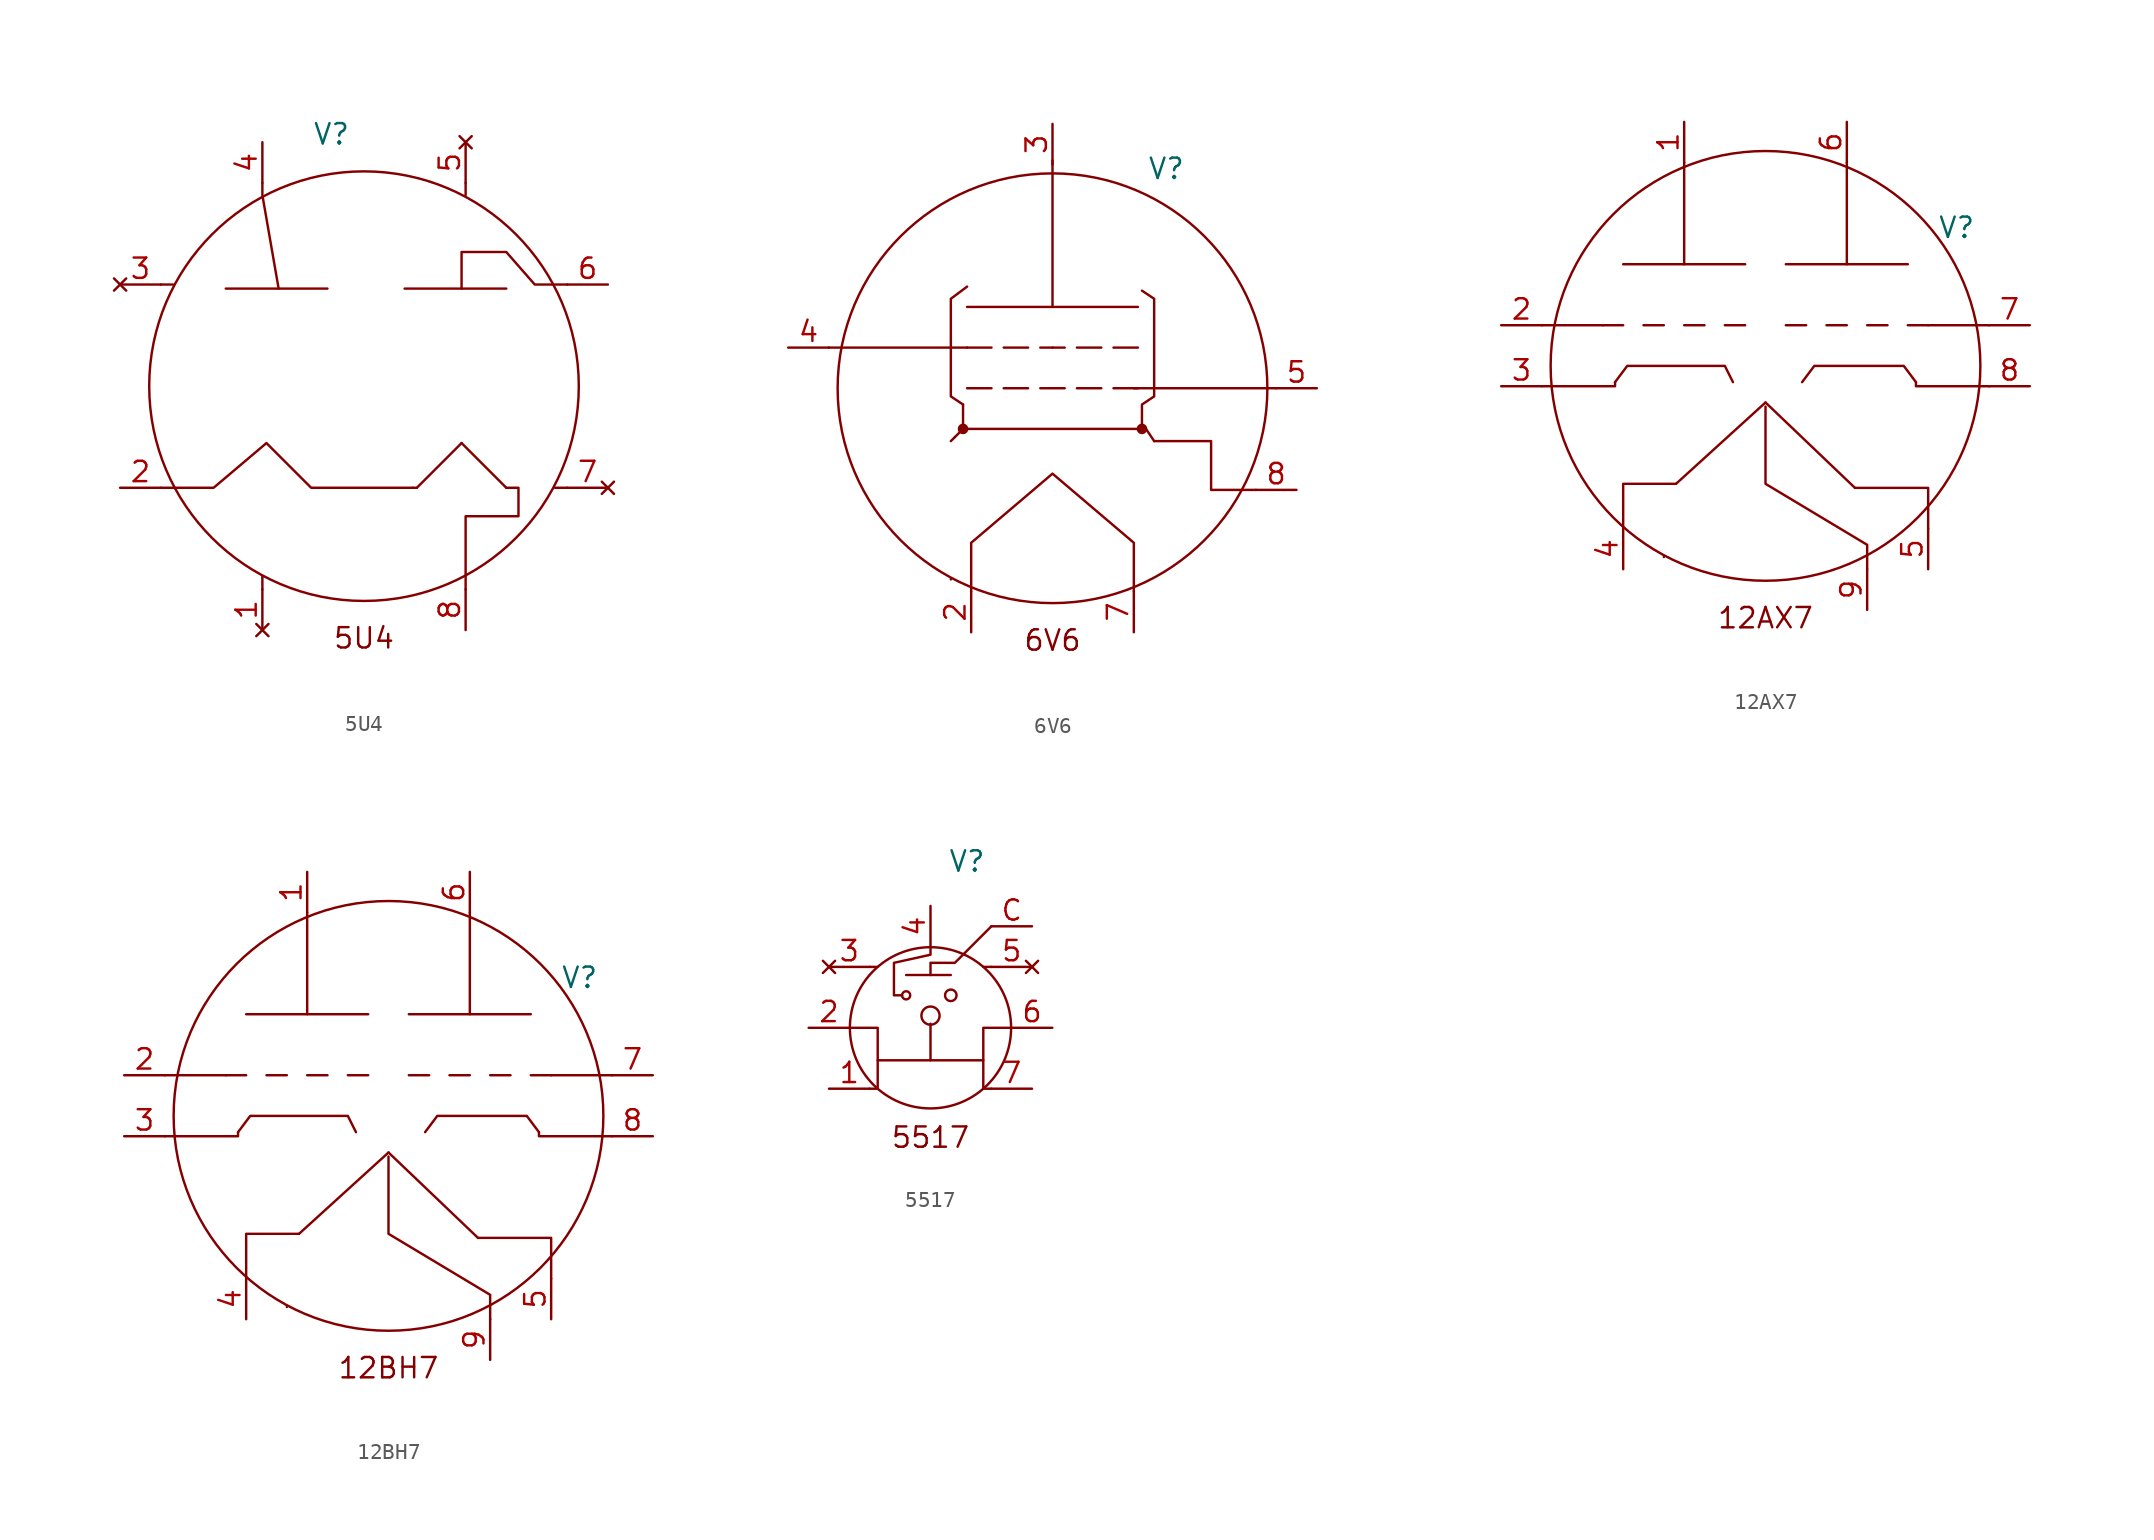
<source format=kicad_sym>
(kicad_symbol_lib
  (version 20241209)
  (generator "kicad_symbol_editor")
  (generator_version "9.0")
  (symbol "5U4"
    (pin_names
      (offset 0)
      (hide yes))
    (property "Reference" "V"
      (at -2.032 15.748 0)
      (effects (font (size 1.27 1.27))))
    (property "Value" ""
      (at 0 0 0)
      (effects (font (size 1.27 1.27))))
    (symbol "5U4_0_1"
      (polyline (pts (xy -12.7 6.35) (xy -11.938 6.35)) (stroke (width 0) (type default)) (fill (type none)))
      (polyline (pts (xy -12.7 -6.35) (xy -9.398 -6.35) (xy -6.096 -3.556) (xy -3.302 -6.35) (xy 3.048 -6.35)) (stroke (width 0) (type default)) (fill (type none)))
      (polyline (pts (xy -6.35 12.7) (xy -6.35 11.938) (xy -5.334 6.096)) (stroke (width 0) (type default)) (fill (type none)))
      (polyline (pts (xy -2.286 6.096) (xy -8.636 6.096)) (stroke (width 0) (type default)) (fill (type none)))
      (circle (center 0 0) (radius 13.421) (stroke (width 0) (type default)) (fill (type none)))
      (polyline (pts (xy 2.54 6.096) (xy 8.89 6.096)) (stroke (width 0) (type default)) (fill (type none)))
      (polyline (pts (xy 3.302 -6.35) (xy 3.048 -6.35)) (stroke (width 0) (type default)) (fill (type none)))
      (polyline (pts (xy 6.096 -3.556) (xy 3.302 -6.35)) (stroke (width 0) (type default)) (fill (type none)))
      (polyline (pts (xy 6.096 -3.556) (xy 8.89 -6.35)) (stroke (width 0) (type default)) (fill (type none)))
      (polyline (pts (xy 6.35 12.7) (xy 6.35 11.938)) (stroke (width 0) (type default)) (fill (type none)))
      (polyline (pts (xy 8.89 -6.35) (xy 9.652 -6.35) (xy 9.652 -8.128) (xy 6.35 -8.128) (xy 6.35 -12.7)) (stroke (width 0) (type default)) (fill (type none)))
      (polyline (pts (xy 12.7 6.35) (xy 10.668 6.35) (xy 8.89 8.382) (xy 6.096 8.382) (xy 6.096 6.096)) (stroke (width 0) (type default)) (fill (type none)))
      (polyline (pts (xy 12.7 -6.35) (xy 11.938 -6.35)) (stroke (width 0) (type default)) (fill (type none))))
    (symbol "5U4_1_1"
      (polyline (pts (xy -6.35 -11.938) (xy -6.35 -11.938)) (stroke (width 0) (type default)) (fill (type none)))
      (polyline (pts (xy -6.35 -12.7) (xy -6.35 -11.938)) (stroke (width 0) (type default)) (fill (type none)))
      (text "5U4\n" (at 0 -15.748 0) (effects (font (size 1.27 1.27))))
      (pin no_connect line (at -15.24 6.35 0) (length 2.54) (name "" (effects (font (size 1.27 1.27)))) (number "3" (effects (font (size 1.27 1.27)))))
      (pin bidirectional line (at -15.24 -6.35 0) (length 2.54) (name "" (effects (font (size 1.27 1.27)))) (number "2" (effects (font (size 1.27 1.27)))))
      (pin bidirectional line (at -6.35 15.24 270) (length 2.54) (name "" (effects (font (size 1.27 1.27)))) (number "4" (effects (font (size 1.27 1.27)))))
      (pin no_connect line (at -6.35 -15.24 90) (length 2.54) (name "" (effects (font (size 1.27 1.27)))) (number "1" (effects (font (size 1.27 1.27)))))
      (pin no_connect line (at 6.35 15.24 270) (length 2.54) (name "" (effects (font (size 1.27 1.27)))) (number "5" (effects (font (size 1.27 1.27)))))
      (pin bidirectional line (at 6.35 -15.24 90) (length 2.54) (name "" (effects (font (size 1.27 1.27)))) (number "8" (effects (font (size 1.27 1.27)))))
      (pin bidirectional line (at 15.24 6.35 180) (length 2.54) (name "" (effects (font (size 1.27 1.27)))) (number "6" (effects (font (size 1.27 1.27)))))
      (pin no_connect line (at 15.24 -6.35 180) (length 2.54) (name "" (effects (font (size 1.27 1.27)))) (number "7" (effects (font (size 1.27 1.27)))))))
  (symbol "6V6"
    (pin_names
      (offset 0)
      (hide yes))
    (property "Reference" "V"
      (at 7.112 13.716 0)
      (effects (font (size 1.27 1.27))))
    (property "Value" ""
      (at 0 0 0)
      (effects (font (size 1.27 1.27))))
    (symbol "6V6_0_1"
      (polyline (pts (xy -6.096 -3.048) (xy -6.35 -3.302)) (stroke (width 0) (type default)) (fill (type none)))
      (polyline (pts (xy -5.588 -1.016) (xy -5.588 -2.54)) (stroke (width 0) (type default)) (fill (type none)))
      (polyline (pts (xy -5.588 -2.54) (xy -6.096 -3.048)) (stroke (width 0) (type default)) (fill (type none)))
      (polyline (pts (xy -5.334 6.35) (xy -6.35 5.588) (xy -6.35 -0.508) (xy -5.588 -1.016)) (stroke (width 0) (type default)) (fill (type none)))
      (polyline (pts (xy -5.334 5.08) (xy 5.334 5.08)) (stroke (width 0) (type default)) (fill (type none)))
      (polyline (pts (xy -5.334 2.54) (xy -13.97 2.54)) (stroke (width 0) (type default)) (fill (type none)))
      (polyline (pts (xy -5.08 -12.7) (xy -5.08 -9.652) (xy 0 -5.334) (xy 5.08 -9.652) (xy 5.08 -12.7)) (stroke (width 0) (type default)) (fill (type none)))
      (polyline (pts (xy -3.81 2.54) (xy -5.334 2.54)) (stroke (width 0) (type default)) (fill (type none)))
      (polyline (pts (xy -3.81 0) (xy -5.334 0)) (stroke (width 0) (type default)) (fill (type none)))
      (polyline (pts (xy -1.524 2.54) (xy -3.048 2.54)) (stroke (width 0) (type default)) (fill (type none)))
      (polyline (pts (xy -1.524 0) (xy -3.048 0)) (stroke (width 0) (type default)) (fill (type none)))
      (polyline (pts (xy -0.762 0) (xy 0.762 0)) (stroke (width 0) (type default)) (fill (type none)))
      (polyline (pts (xy 0 5.08) (xy 0 14.224)) (stroke (width 0) (type default)) (fill (type none)))
      (polyline (pts (xy 0 2.54) (xy -0.762 2.54)) (stroke (width 0) (type default)) (fill (type none)))
      (polyline (pts (xy 0 2.54) (xy 0.762 2.54)) (stroke (width 0) (type default)) (fill (type none)))
      (circle (center 0 0) (radius 13.421) (stroke (width 0) (type default)) (fill (type none)))
      (polyline (pts (xy 1.524 2.54) (xy 3.048 2.54)) (stroke (width 0) (type default)) (fill (type none)))
      (polyline (pts (xy 1.524 0) (xy 3.048 0)) (stroke (width 0) (type default)) (fill (type none)))
      (polyline (pts (xy 3.81 2.54) (xy 5.334 2.54)) (stroke (width 0) (type default)) (fill (type none)))
      (polyline (pts (xy 3.81 0) (xy 5.334 0)) (stroke (width 0) (type default)) (fill (type none)))
      (polyline (pts (xy 5.08 0) (xy 13.97 0)) (stroke (width 0) (type default)) (fill (type none)))
      (polyline (pts (xy 5.588 6.096) (xy 6.35 5.588) (xy 6.35 -0.508) (xy 5.588 -1.016) (xy 5.588 -2.54)) (stroke (width 0) (type default)) (fill (type none)))
      (polyline (pts (xy 5.842 -2.54) (xy 6.35 -3.302)) (stroke (width 0) (type default)) (fill (type none)))
      (polyline (pts (xy 6.35 -3.302) (xy 9.906 -3.302) (xy 9.906 -6.35) (xy 12.7 -6.35)) (stroke (width 0) (type default)) (fill (type none))))
    (symbol "6V6_1_1"
      (polyline (pts (xy -6.35 -11.938) (xy -6.35 -11.938)) (stroke (width 0) (type default)) (fill (type none)))
      (circle (center -5.588 -2.54) (radius 0.254) (stroke (width 0) (type solid)) (fill (type outline)))
      (polyline (pts (xy 5.588 -2.54) (xy -5.588 -2.54)) (stroke (width 0) (type solid)) (fill (type outline)))
      (circle (center 5.588 -2.54) (radius 0.254) (stroke (width 0) (type solid)) (fill (type outline)))
      (text "6V6" (at 0 -15.748 0) (effects (font (size 1.27 1.27))))
      (pin bidirectional line (at -16.51 2.54 0) (length 2.54) (name "" (effects (font (size 1.27 1.27)))) (number "4" (effects (font (size 1.27 1.27)))))
      (pin bidirectional line (at -5.08 -15.24 90) (length 2.54) (name "" (effects (font (size 1.27 1.27)))) (number "2" (effects (font (size 1.27 1.27)))))
      (pin bidirectional line (at 0 16.51 270) (length 2.54) (name "" (effects (font (size 1.27 1.27)))) (number "3" (effects (font (size 1.27 1.27)))))
      (pin bidirectional line (at 5.08 -15.24 90) (length 2.54) (name "" (effects (font (size 1.27 1.27)))) (number "7" (effects (font (size 1.27 1.27)))))
      (pin bidirectional line (at 15.24 -6.35 180) (length 2.54) (name "" (effects (font (size 1.27 1.27)))) (number "8" (effects (font (size 1.27 1.27)))))
      (pin bidirectional line (at 16.51 0 180) (length 2.54) (name "" (effects (font (size 1.27 1.27)))) (number "5" (effects (font (size 1.27 1.27)))))))
  (symbol "12AX7"
    (pin_names
      (offset 0)
      (hide yes))
    (property "Reference" "V"
      (at 11.938 8.636 0)
      (effects (font (size 1.27 1.27))))
    (property "Value" ""
      (at 0 0 0)
      (effects (font (size 1.27 1.27))))
    (symbol "12AX7_0_1"
      (polyline (pts (xy -13.97 -1.27) (xy -9.398 -1.27) (xy -9.398 -1.016)) (stroke (width 0) (type default)) (fill (type none)))
      (polyline (pts (xy -10.16 2.54) (xy -13.97 2.54)) (stroke (width 0) (type default)) (fill (type none)))
      (polyline (pts (xy -9.398 -1.016) (xy -8.636 0) (xy -2.54 0) (xy -2.032 -1.016)) (stroke (width 0) (type default)) (fill (type none)))
      (polyline (pts (xy -8.89 2.54) (xy -10.16 2.54)) (stroke (width 0) (type default)) (fill (type none)))
      (polyline (pts (xy -6.35 2.54) (xy -7.62 2.54)) (stroke (width 0) (type default)) (fill (type none)))
      (polyline (pts (xy -5.588 -7.366) (xy -8.89 -7.366) (xy -8.89 -10.16)) (stroke (width 0) (type default)) (fill (type none)))
      (polyline (pts (xy -5.08 12.7) (xy -5.08 6.35)) (stroke (width 0) (type default)) (fill (type none)))
      (polyline (pts (xy -3.81 2.54) (xy -5.08 2.54)) (stroke (width 0) (type default)) (fill (type none)))
      (polyline (pts (xy -1.27 6.35) (xy -8.89 6.35)) (stroke (width 0) (type default)) (fill (type none)))
      (polyline (pts (xy -1.27 2.54) (xy -2.54 2.54)) (stroke (width 0) (type default)) (fill (type none)))
      (circle (center 0 0) (radius 13.421) (stroke (width 0) (type default)) (fill (type none)))
      (polyline (pts (xy 0 -2.286) (xy -5.588 -7.366)) (stroke (width 0) (type default)) (fill (type none)))
      (polyline (pts (xy 0 -2.286) (xy 5.588 -7.62)) (stroke (width 0) (type default)) (fill (type none)))
      (polyline (pts (xy 0 -2.54) (xy 0 -7.366) (xy 6.35 -11.176) (xy 6.35 -12.7)) (stroke (width 0) (type default)) (fill (type none)))
      (polyline (pts (xy 2.54 2.54) (xy 1.27 2.54)) (stroke (width 0) (type default)) (fill (type none)))
      (polyline (pts (xy 5.08 12.7) (xy 5.08 6.35)) (stroke (width 0) (type default)) (fill (type none)))
      (polyline (pts (xy 5.08 2.54) (xy 3.81 2.54)) (stroke (width 0) (type default)) (fill (type none)))
      (polyline (pts (xy 5.588 -7.62) (xy 10.16 -7.62) (xy 10.16 -10.16)) (stroke (width 0) (type default)) (fill (type none)))
      (polyline (pts (xy 7.62 2.54) (xy 6.35 2.54)) (stroke (width 0) (type default)) (fill (type none)))
      (polyline (pts (xy 8.89 6.35) (xy 1.27 6.35)) (stroke (width 0) (type default)) (fill (type none)))
      (polyline (pts (xy 9.398 -1.016) (xy 8.636 0) (xy 3.048 0) (xy 2.286 -1.016)) (stroke (width 0) (type default)) (fill (type none)))
      (polyline (pts (xy 10.16 2.54) (xy 8.89 2.54)) (stroke (width 0) (type default)) (fill (type none)))
      (polyline (pts (xy 10.16 2.54) (xy 13.97 2.54)) (stroke (width 0) (type default)) (fill (type none)))
      (polyline (pts (xy 13.97 -1.27) (xy 9.398 -1.27) (xy 9.398 -1.016)) (stroke (width 0) (type default)) (fill (type none))))
    (symbol "12AX7_1_1"
      (polyline (pts (xy -6.35 -11.938) (xy -6.35 -11.938)) (stroke (width 0) (type default)) (fill (type none)))
      (text "12AX7" (at 0 -15.748 0) (effects (font (size 1.27 1.27))))
      (pin bidirectional line (at -16.51 2.54 0) (length 2.54) (name "" (effects (font (size 1.27 1.27)))) (number "2" (effects (font (size 1.27 1.27)))))
      (pin bidirectional line (at -16.51 -1.27 0) (length 2.54) (name "" (effects (font (size 1.27 1.27)))) (number "3" (effects (font (size 1.27 1.27)))))
      (pin bidirectional line (at -8.89 -12.7 90) (length 2.54) (name "" (effects (font (size 1.27 1.27)))) (number "4" (effects (font (size 1.27 1.27)))))
      (pin bidirectional line (at -5.08 15.24 270) (length 2.54) (name "" (effects (font (size 1.27 1.27)))) (number "1" (effects (font (size 1.27 1.27)))))
      (pin bidirectional line (at 5.08 15.24 270) (length 2.54) (name "" (effects (font (size 1.27 1.27)))) (number "6" (effects (font (size 1.27 1.27)))))
      (pin bidirectional line (at 6.35 -15.24 90) (length 2.54) (name "" (effects (font (size 1.27 1.27)))) (number "9" (effects (font (size 1.27 1.27)))))
      (pin bidirectional line (at 10.16 -12.7 90) (length 2.54) (name "" (effects (font (size 1.27 1.27)))) (number "5" (effects (font (size 1.27 1.27)))))
      (pin bidirectional line (at 16.51 2.54 180) (length 2.54) (name "" (effects (font (size 1.27 1.27)))) (number "7" (effects (font (size 1.27 1.27)))))
      (pin bidirectional line (at 16.51 -1.27 180) (length 2.54) (name "" (effects (font (size 1.27 1.27)))) (number "8" (effects (font (size 1.27 1.27)))))))
  (symbol "12BH7"
    (pin_names
      (offset 0)
      (hide yes))
    (property "Reference" "V"
      (at 11.938 8.636 0)
      (effects (font (size 1.27 1.27))))
    (property "Value" ""
      (at 0 0 0)
      (effects (font (size 1.27 1.27))))
    (symbol "12BH7_0_1"
      (polyline (pts (xy -13.97 -1.27) (xy -9.398 -1.27) (xy -9.398 -1.016)) (stroke (width 0) (type default)) (fill (type none)))
      (polyline (pts (xy -10.16 2.54) (xy -13.97 2.54)) (stroke (width 0) (type default)) (fill (type none)))
      (polyline (pts (xy -9.398 -1.016) (xy -8.636 0) (xy -2.54 0) (xy -2.032 -1.016)) (stroke (width 0) (type default)) (fill (type none)))
      (polyline (pts (xy -8.89 2.54) (xy -10.16 2.54)) (stroke (width 0) (type default)) (fill (type none)))
      (polyline (pts (xy -6.35 2.54) (xy -7.62 2.54)) (stroke (width 0) (type default)) (fill (type none)))
      (polyline (pts (xy -5.588 -7.366) (xy -8.89 -7.366) (xy -8.89 -10.16)) (stroke (width 0) (type default)) (fill (type none)))
      (polyline (pts (xy -5.08 12.7) (xy -5.08 6.35)) (stroke (width 0) (type default)) (fill (type none)))
      (polyline (pts (xy -3.81 2.54) (xy -5.08 2.54)) (stroke (width 0) (type default)) (fill (type none)))
      (polyline (pts (xy -1.27 6.35) (xy -8.89 6.35)) (stroke (width 0) (type default)) (fill (type none)))
      (polyline (pts (xy -1.27 2.54) (xy -2.54 2.54)) (stroke (width 0) (type default)) (fill (type none)))
      (circle (center 0 0) (radius 13.421) (stroke (width 0) (type default)) (fill (type none)))
      (polyline (pts (xy 0 -2.286) (xy -5.588 -7.366)) (stroke (width 0) (type default)) (fill (type none)))
      (polyline (pts (xy 0 -2.286) (xy 5.588 -7.62)) (stroke (width 0) (type default)) (fill (type none)))
      (polyline (pts (xy 0 -2.54) (xy 0 -7.366) (xy 6.35 -11.176) (xy 6.35 -12.7)) (stroke (width 0) (type default)) (fill (type none)))
      (polyline (pts (xy 2.54 2.54) (xy 1.27 2.54)) (stroke (width 0) (type default)) (fill (type none)))
      (polyline (pts (xy 5.08 12.7) (xy 5.08 6.35)) (stroke (width 0) (type default)) (fill (type none)))
      (polyline (pts (xy 5.08 2.54) (xy 3.81 2.54)) (stroke (width 0) (type default)) (fill (type none)))
      (polyline (pts (xy 5.588 -7.62) (xy 10.16 -7.62) (xy 10.16 -10.16)) (stroke (width 0) (type default)) (fill (type none)))
      (polyline (pts (xy 7.62 2.54) (xy 6.35 2.54)) (stroke (width 0) (type default)) (fill (type none)))
      (polyline (pts (xy 8.89 6.35) (xy 1.27 6.35)) (stroke (width 0) (type default)) (fill (type none)))
      (polyline (pts (xy 9.398 -1.016) (xy 8.636 0) (xy 3.048 0) (xy 2.286 -1.016)) (stroke (width 0) (type default)) (fill (type none)))
      (polyline (pts (xy 10.16 2.54) (xy 8.89 2.54)) (stroke (width 0) (type default)) (fill (type none)))
      (polyline (pts (xy 10.16 2.54) (xy 13.97 2.54)) (stroke (width 0) (type default)) (fill (type none)))
      (polyline (pts (xy 13.97 -1.27) (xy 9.398 -1.27) (xy 9.398 -1.016)) (stroke (width 0) (type default)) (fill (type none))))
    (symbol "12BH7_1_1"
      (polyline (pts (xy -6.35 -11.938) (xy -6.35 -11.938)) (stroke (width 0) (type default)) (fill (type none)))
      (text "12BH7" (at 0 -15.748 0) (effects (font (size 1.27 1.27))))
      (pin bidirectional line (at -16.51 2.54 0) (length 2.54) (name "" (effects (font (size 1.27 1.27)))) (number "2" (effects (font (size 1.27 1.27)))))
      (pin bidirectional line (at -16.51 -1.27 0) (length 2.54) (name "" (effects (font (size 1.27 1.27)))) (number "3" (effects (font (size 1.27 1.27)))))
      (pin bidirectional line (at -8.89 -12.7 90) (length 2.54) (name "" (effects (font (size 1.27 1.27)))) (number "4" (effects (font (size 1.27 1.27)))))
      (pin bidirectional line (at -5.08 15.24 270) (length 2.54) (name "" (effects (font (size 1.27 1.27)))) (number "1" (effects (font (size 1.27 1.27)))))
      (pin bidirectional line (at 5.08 15.24 270) (length 2.54) (name "" (effects (font (size 1.27 1.27)))) (number "6" (effects (font (size 1.27 1.27)))))
      (pin bidirectional line (at 6.35 -15.24 90) (length 2.54) (name "" (effects (font (size 1.27 1.27)))) (number "9" (effects (font (size 1.27 1.27)))))
      (pin bidirectional line (at 10.16 -12.7 90) (length 2.54) (name "" (effects (font (size 1.27 1.27)))) (number "5" (effects (font (size 1.27 1.27)))))
      (pin bidirectional line (at 16.51 2.54 180) (length 2.54) (name "" (effects (font (size 1.27 1.27)))) (number "7" (effects (font (size 1.27 1.27)))))
      (pin bidirectional line (at 16.51 -1.27 180) (length 2.54) (name "" (effects (font (size 1.27 1.27)))) (number "8" (effects (font (size 1.27 1.27)))))))
  (symbol "5517"
    (property "Reference" "V"
      (at 2.286 10.414 0)
      (effects (font (size 1.27 1.27))))
    (property "Value" ""
      (at 0 0 0)
      (effects (font (size 1.27 1.27))))
    (symbol "5517_0_1"
      (polyline (pts (xy -3.81 3.81) (xy -3.302 3.81)) (stroke (width 0) (type default)) (fill (type none)))
      (polyline (pts (xy -3.81 -3.81) (xy -3.302 -3.81) (xy -3.302 0) (xy -5.08 0)) (stroke (width 0) (type default)) (fill (type none)))
      (polyline (pts (xy -3.302 -2.032) (xy 3.302 -2.032)) (stroke (width 0) (type default)) (fill (type none)))
      (polyline (pts (xy -1.524 3.302) (xy 1.27 3.302)) (stroke (width 0) (type default)) (fill (type none)))
      (circle (center -1.524 2.032) (radius 0.254) (stroke (width 0) (type default)) (fill (type none)))
      (polyline (pts (xy 0 5.08) (xy 0 4.572) (xy -2.286 4.064) (xy -2.286 2.032) (xy -1.778 2.032)) (stroke (width 0) (type default)) (fill (type none)))
      (circle (center 0 0.762) (radius 0.568) (stroke (width 0) (type default)) (fill (type none)))
      (polyline (pts (xy 0 0.254) (xy 0 -2.032)) (stroke (width 0) (type default)) (fill (type none)))
      (circle (center 0 0) (radius 5.042) (stroke (width 0) (type default)) (fill (type none)))
      (circle (center 1.27 2.032) (radius 0.359) (stroke (width 0) (type default)) (fill (type none)))
      (polyline (pts (xy 3.81 6.35) (xy 2.032 4.572) (xy 1.524 4.064) (xy 0 4.064) (xy 0 3.302)) (stroke (width 0) (type default)) (fill (type none)))
      (polyline (pts (xy 3.81 3.81) (xy 3.302 3.81)) (stroke (width 0) (type default)) (fill (type none)))
      (polyline (pts (xy 3.81 -3.81) (xy 3.302 -3.81) (xy 3.302 0) (xy 5.08 0)) (stroke (width 0) (type default)) (fill (type none))))
    (symbol "5517_1_1"
      (text "5517" (at 0 -6.858 0) (effects (font (size 1.27 1.27))))
      (pin bidirectional line (at -7.62 0 0) (length 2.54) (name "" (effects (font (size 1.27 1.27)))) (number "2" (effects (font (size 1.27 1.27)))))
      (pin no_connect line (at -6.35 3.81 0) (length 2.54) (name "" (effects (font (size 1.27 1.27)))) (number "3" (effects (font (size 1.27 1.27)))))
      (pin bidirectional line (at -6.35 -3.81 0) (length 2.54) (name "" (effects (font (size 1.27 1.27)))) (number "1" (effects (font (size 1.27 1.27)))))
      (pin bidirectional line (at 0 7.62 270) (length 2.54) (name "" (effects (font (size 1.27 1.27)))) (number "4" (effects (font (size 1.27 1.27)))))
      (pin input line (at 6.35 6.35 180) (length 2.54) (name "" (effects (font (size 1.27 1.27)))) (number "C" (effects (font (size 1.27 1.27)))))
      (pin no_connect line (at 6.35 3.81 180) (length 2.54) (name "" (effects (font (size 1.27 1.27)))) (number "5" (effects (font (size 1.27 1.27)))))
      (pin bidirectional line (at 6.35 -3.81 180) (length 2.54) (name "" (effects (font (size 1.27 1.27)))) (number "7" (effects (font (size 1.27 1.27)))))
      (pin bidirectional line (at 7.62 0 180) (length 2.54) (name "" (effects (font (size 1.27 1.27)))) (number "6" (effects (font (size 1.27 1.27))))))))
</source>
